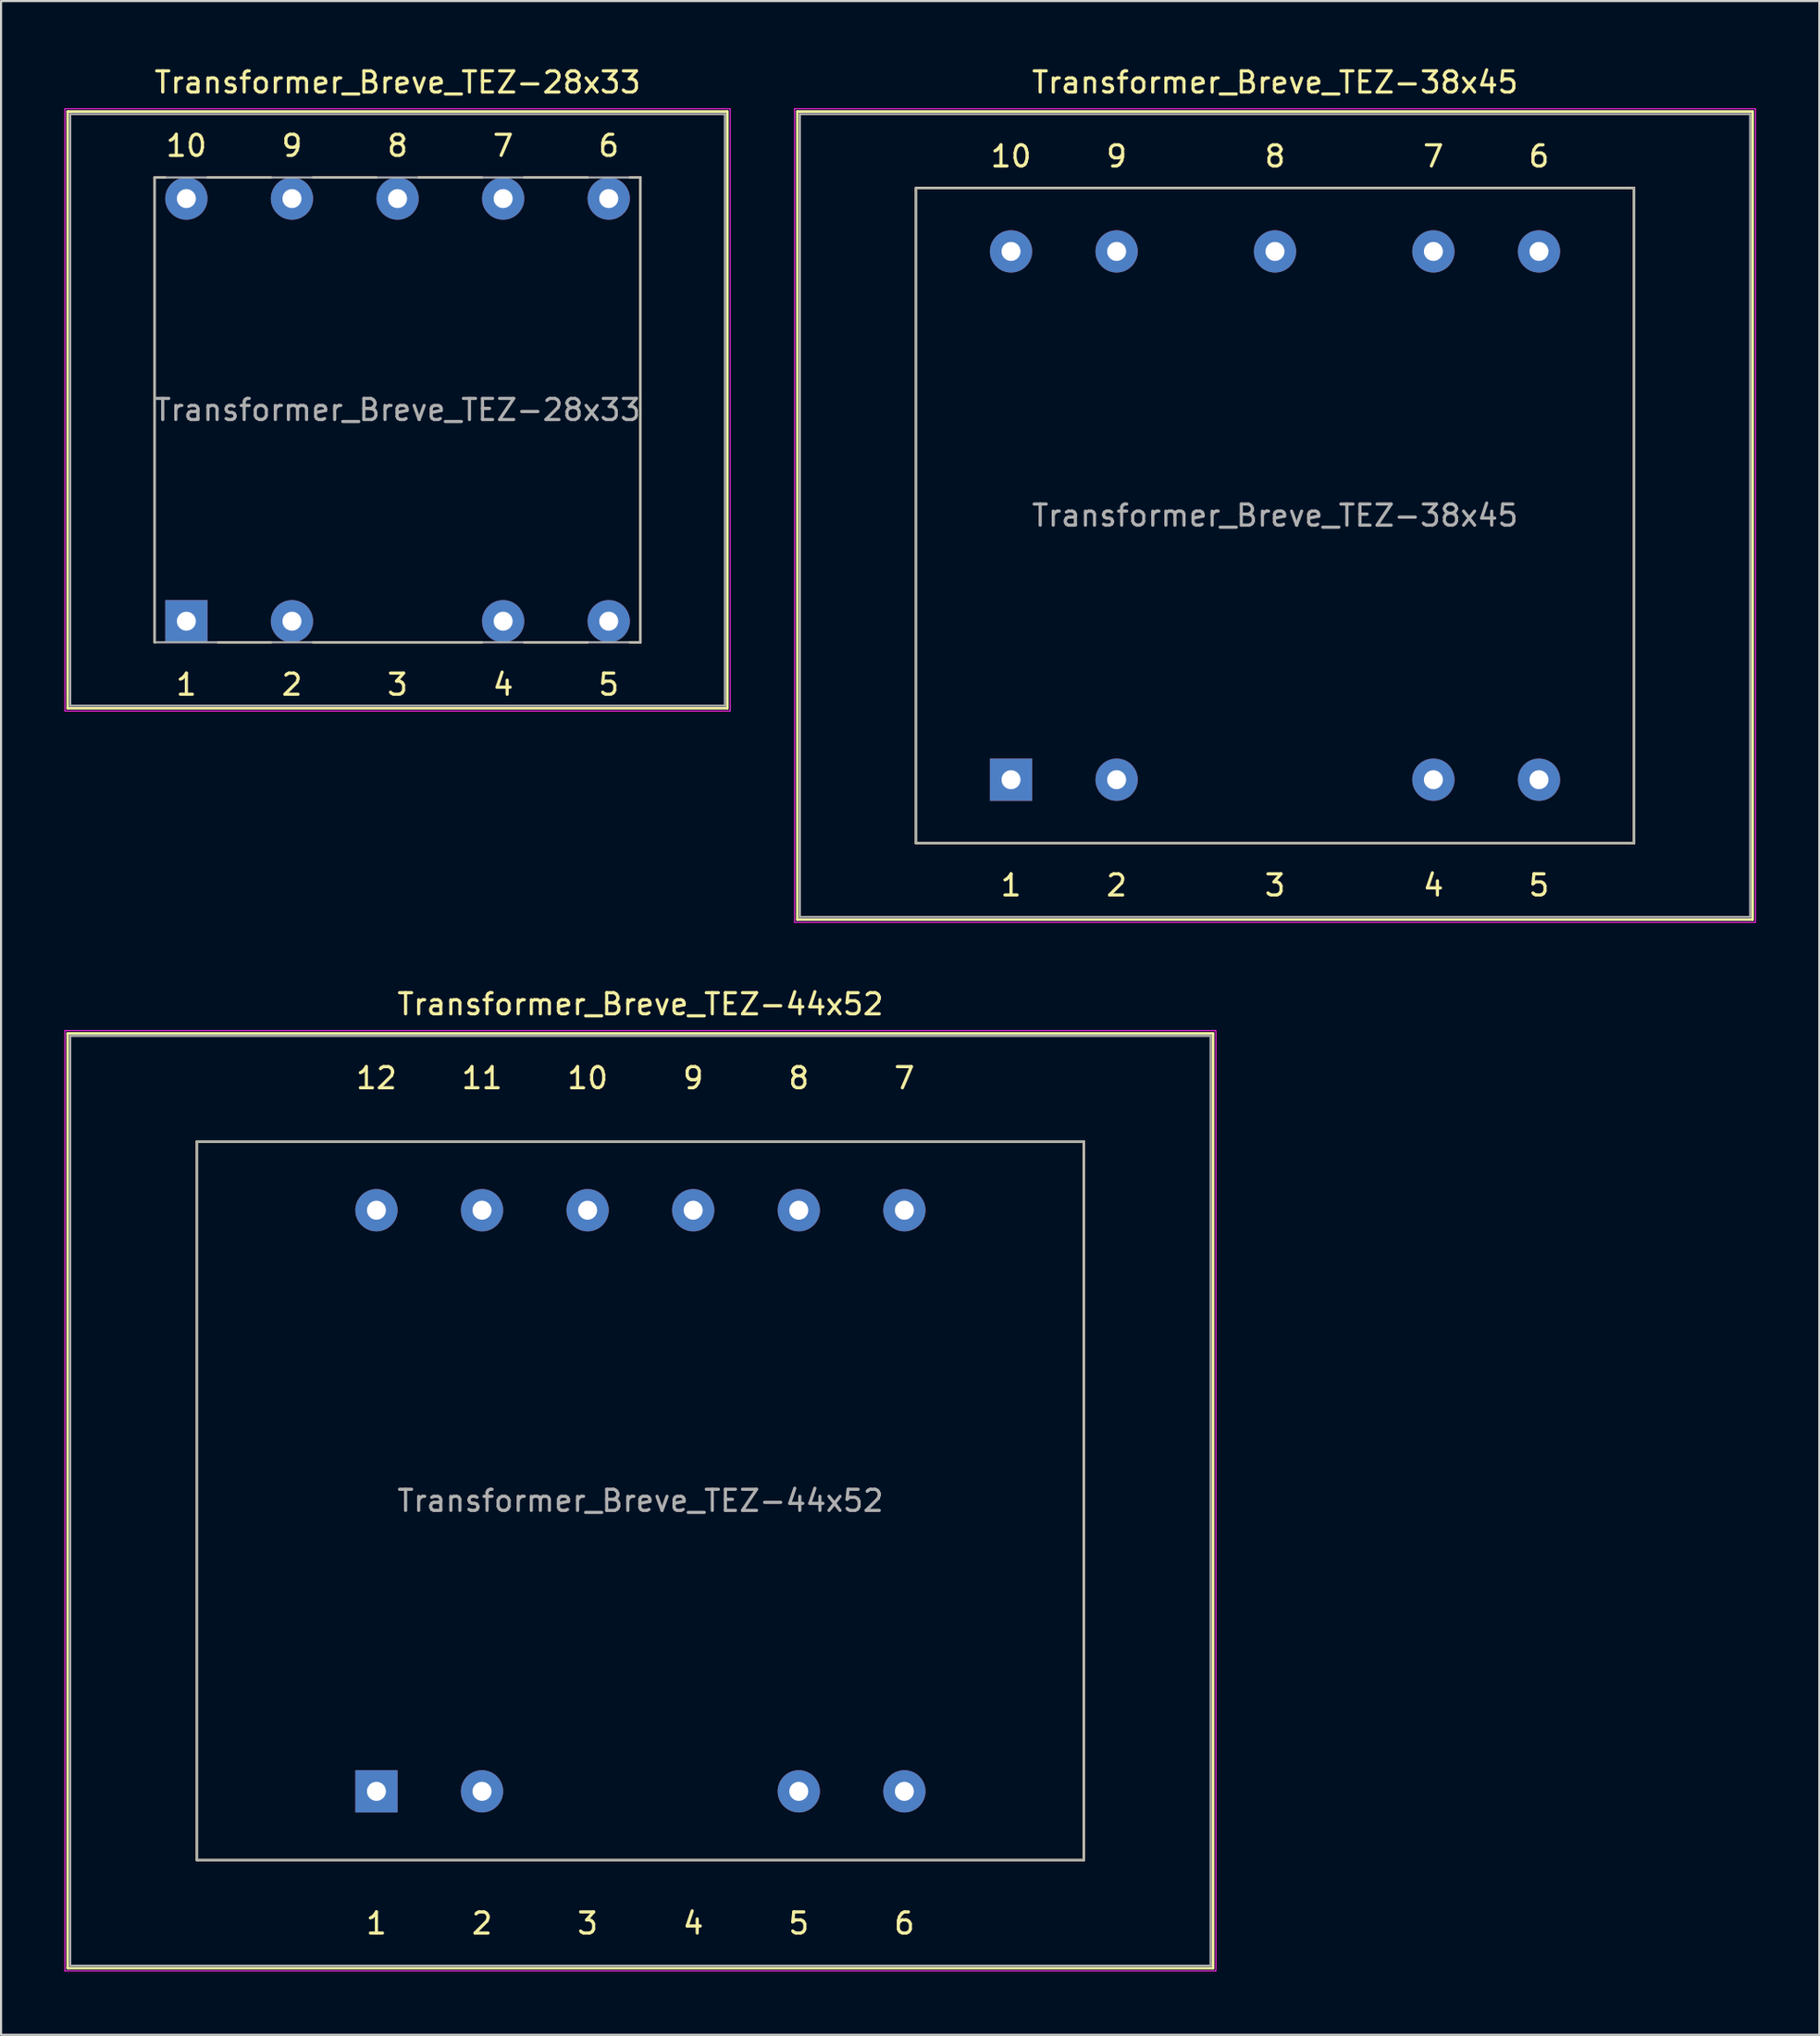
<source format=kicad_pcb>
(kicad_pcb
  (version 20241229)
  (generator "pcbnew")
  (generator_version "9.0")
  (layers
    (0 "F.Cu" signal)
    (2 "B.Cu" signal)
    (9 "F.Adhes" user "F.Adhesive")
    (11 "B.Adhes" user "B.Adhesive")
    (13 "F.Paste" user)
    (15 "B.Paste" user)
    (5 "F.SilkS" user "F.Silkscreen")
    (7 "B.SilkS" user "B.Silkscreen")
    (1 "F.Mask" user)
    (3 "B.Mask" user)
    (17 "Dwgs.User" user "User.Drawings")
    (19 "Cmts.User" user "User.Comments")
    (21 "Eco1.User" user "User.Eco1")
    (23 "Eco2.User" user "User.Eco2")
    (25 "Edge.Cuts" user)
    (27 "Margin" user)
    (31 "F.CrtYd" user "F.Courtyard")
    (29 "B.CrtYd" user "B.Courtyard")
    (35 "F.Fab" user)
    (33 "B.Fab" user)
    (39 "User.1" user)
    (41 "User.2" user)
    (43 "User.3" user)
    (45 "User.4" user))
  (footprint "Transformer_Breve_TEZ-28x33"
    (layer "F.Cu")
    (at 5.775 26.348)
    (property "Reference" "Transformer_Breve_TEZ-28x33" (at 10 -25.5 0) (layer "F.SilkS") (effects (font (size 1 1) (thickness 0.15))))
    (attr through_hole)
    (fp_line (start -5.62 -24.12) (end -5.62 4.12) (stroke (width 0.12) (type solid)) (layer "F.SilkS"))
    (fp_line (start -5.62 -24.12) (end 25.62 -24.12) (stroke (width 0.12) (type solid)) (layer "F.SilkS"))
    (fp_line (start -1.5 -21) (end -1.5 1) (stroke (width 0.12) (type solid)) (layer "F.SilkS"))
    (fp_line (start -1 -21) (end -1.5 -21) (stroke (width 0.12) (type solid)) (layer "F.SilkS"))
    (fp_line (start 1.5 1) (end 4 1) (stroke (width 0.12) (type solid)) (layer "F.SilkS"))
    (fp_line (start 4 -21) (end 1 -21) (stroke (width 0.12) (type solid)) (layer "F.SilkS"))
    (fp_line (start 6 1) (end 14 1) (stroke (width 0.12) (type solid)) (layer "F.SilkS"))
    (fp_line (start 9 -21) (end 6 -21) (stroke (width 0.12) (type solid)) (layer "F.SilkS"))
    (fp_line (start 14 -21) (end 11 -21) (stroke (width 0.12) (type solid)) (layer "F.SilkS"))
    (fp_line (start 16 1) (end 19 1) (stroke (width 0.12) (type solid)) (layer "F.SilkS"))
    (fp_line (start 19 -21) (end 16 -21) (stroke (width 0.12) (type solid)) (layer "F.SilkS"))
    (fp_line (start 21 1) (end 21.5 1) (stroke (width 0.12) (type solid)) (layer "F.SilkS"))
    (fp_line (start 21.5 -21) (end 21 -21) (stroke (width 0.12) (type solid)) (layer "F.SilkS"))
    (fp_line (start 21.5 1) (end 21.5 -21) (stroke (width 0.12) (type solid)) (layer "F.SilkS"))
    (fp_line (start 25.62 4.12) (end -5.62 4.12) (stroke (width 0.12) (type solid)) (layer "F.SilkS"))
    (fp_line (start 25.62 4.12) (end 25.62 -24.12) (stroke (width 0.12) (type solid)) (layer "F.SilkS"))
    (fp_line (start -5.75 -24.25) (end -5.75 4.25) (stroke (width 0.05) (type solid)) (layer "F.CrtYd"))
    (fp_line (start -5.75 -24.25) (end 25.75 -24.25) (stroke (width 0.05) (type solid)) (layer "F.CrtYd"))
    (fp_line (start 25.75 4.25) (end -5.75 4.25) (stroke (width 0.05) (type solid)) (layer "F.CrtYd"))
    (fp_line (start 25.75 4.25) (end 25.75 -24.25) (stroke (width 0.05) (type solid)) (layer "F.CrtYd"))
    (fp_line (start -5.5 -24) (end 25.5 -24) (stroke (width 0.1) (type solid)) (layer "F.Fab"))
    (fp_line (start -5.5 4) (end -5.5 -24) (stroke (width 0.1) (type solid)) (layer "F.Fab"))
    (fp_line (start -1.5 -21) (end -1.5 1) (stroke (width 0.1) (type solid)) (layer "F.Fab"))
    (fp_line (start -1.5 1) (end 21.5 1) (stroke (width 0.1) (type solid)) (layer "F.Fab"))
    (fp_line (start 21.5 -21) (end -1.5 -21) (stroke (width 0.1) (type solid)) (layer "F.Fab"))
    (fp_line (start 21.5 1) (end 21.5 -21) (stroke (width 0.1) (type solid)) (layer "F.Fab"))
    (fp_line (start 25.5 -24) (end 25.5 4) (stroke (width 0.1) (type solid)) (layer "F.Fab"))
    (fp_line (start 25.5 4) (end -5.5 4) (stroke (width 0.1) (type solid)) (layer "F.Fab"))
    (fp_text user "6" (at 20 -22.5 0) (layer "F.SilkS") (effects (font (size 1 1) (thickness 0.15))))
    (fp_text user "5" (at 20 3 0) (layer "F.SilkS") (effects (font (size 1 1) (thickness 0.15))))
    (fp_text user "1" (at 0 3 0) (layer "F.SilkS") (effects (font (size 1 1) (thickness 0.15))))
    (fp_text user "2" (at 5 3 0) (layer "F.SilkS") (effects (font (size 1 1) (thickness 0.15))))
    (fp_text user "10" (at 0 -22.5 0) (layer "F.SilkS") (effects (font (size 1 1) (thickness 0.15))))
    (fp_text user "9" (at 5 -22.5 0) (layer "F.SilkS") (effects (font (size 1 1) (thickness 0.15))))
    (fp_text user "3" (at 10 3 0) (layer "F.SilkS") (effects (font (size 1 1) (thickness 0.15))))
    (fp_text user "4" (at 15 3 0) (layer "F.SilkS") (effects (font (size 1 1) (thickness 0.15))))
    (fp_text user "8" (at 10 -22.5 0) (layer "F.SilkS") (effects (font (size 1 1) (thickness 0.15))))
    (fp_text user "7" (at 15 -22.5 0) (layer "F.SilkS") (effects (font (size 1 1) (thickness 0.15))))
    (fp_text user "${REFERENCE}" (at 10 -10 0) (layer "F.Fab") (effects (font (size 1 1) (thickness 0.15))))
    (pad "1" thru_hole rect (at 0 0) (size 2 2) (drill 0.9) (layers "*.Cu" "*.Mask"))
    (pad "2" thru_hole circle (at 5 0) (size 2 2) (drill 0.9) (layers "*.Cu" "*.Mask"))
    (pad "4" thru_hole circle (at 15 0) (size 2 2) (drill 0.9) (layers "*.Cu" "*.Mask"))
    (pad "5" thru_hole circle (at 20 0) (size 2 2) (drill 0.9) (layers "*.Cu" "*.Mask"))
    (pad "6" thru_hole circle (at 20 -20) (size 2 2) (drill 0.9) (layers "*.Cu" "*.Mask"))
    (pad "7" thru_hole circle (at 15 -20) (size 2 2) (drill 0.9) (layers "*.Cu" "*.Mask"))
    (pad "8" thru_hole circle (at 10 -20) (size 2 2) (drill 0.9) (layers "*.Cu" "*.Mask"))
    (pad "9" thru_hole circle (at 5 -20) (size 2 2) (drill 0.9) (layers "*.Cu" "*.Mask"))
    (pad "10" thru_hole circle (at 0 -20) (size 2 2) (drill 0.9) (layers "*.Cu" "*.Mask")))
  (footprint "Transformer_Breve_TEZ-44x52"
    (layer "F.Cu")
    (at 14.775 81.722)
    (property "Reference" "Transformer_Breve_TEZ-44x52" (at 12.5 -37.25 0) (layer "F.SilkS") (effects (font (size 1 1) (thickness 0.15))))
    (attr through_hole)
    (fp_line (start -14.62 -35.87) (end -14.62 8.37) (stroke (width 0.12) (type solid)) (layer "F.SilkS"))
    (fp_line (start -14.62 -35.87) (end 39.62 -35.87) (stroke (width 0.12) (type solid)) (layer "F.SilkS"))
    (fp_line (start -8.5 -30.75) (end 33.5 -30.75) (stroke (width 0.12) (type solid)) (layer "F.SilkS"))
    (fp_line (start -8.5 3.25) (end -8.5 -30.75) (stroke (width 0.12) (type solid)) (layer "F.SilkS"))
    (fp_line (start 33.5 -30.75) (end 33.5 3.25) (stroke (width 0.12) (type solid)) (layer "F.SilkS"))
    (fp_line (start 33.5 3.25) (end -8.5 3.25) (stroke (width 0.12) (type solid)) (layer "F.SilkS"))
    (fp_line (start 39.62 8.37) (end -14.62 8.37) (stroke (width 0.12) (type solid)) (layer "F.SilkS"))
    (fp_line (start 39.62 8.37) (end 39.62 -35.87) (stroke (width 0.12) (type solid)) (layer "F.SilkS"))
    (fp_line (start -14.75 -36) (end -14.75 8.5) (stroke (width 0.05) (type solid)) (layer "F.CrtYd"))
    (fp_line (start -14.75 -36) (end 39.75 -36) (stroke (width 0.05) (type solid)) (layer "F.CrtYd"))
    (fp_line (start 39.75 8.5) (end -14.75 8.5) (stroke (width 0.05) (type solid)) (layer "F.CrtYd"))
    (fp_line (start 39.75 8.5) (end 39.75 -36) (stroke (width 0.05) (type solid)) (layer "F.CrtYd"))
    (fp_line (start -14.5 -35.75) (end 39.5 -35.75) (stroke (width 0.1) (type solid)) (layer "F.Fab"))
    (fp_line (start -14.5 8.25) (end -14.5 -35.75) (stroke (width 0.1) (type solid)) (layer "F.Fab"))
    (fp_line (start -8.5 -30.75) (end 33.5 -30.75) (stroke (width 0.1) (type solid)) (layer "F.Fab"))
    (fp_line (start -8.5 3.25) (end -8.5 -30.75) (stroke (width 0.1) (type solid)) (layer "F.Fab"))
    (fp_line (start 33.5 -30.75) (end 33.5 3.25) (stroke (width 0.1) (type solid)) (layer "F.Fab"))
    (fp_line (start 33.5 3.25) (end -8.5 3.25) (stroke (width 0.1) (type solid)) (layer "F.Fab"))
    (fp_line (start 39.5 -35.75) (end 39.5 8.25) (stroke (width 0.1) (type solid)) (layer "F.Fab"))
    (fp_line (start 39.5 8.25) (end -14.5 8.25) (stroke (width 0.1) (type solid)) (layer "F.Fab"))
    (fp_text user "7" (at 25 -33.75 0) (layer "F.SilkS") (effects (font (size 1 1) (thickness 0.15))))
    (fp_text user "4" (at 15 6.25 0) (layer "F.SilkS") (effects (font (size 1 1) (thickness 0.15))))
    (fp_text user "1" (at 0 6.25 0) (layer "F.SilkS") (effects (font (size 1 1) (thickness 0.15))))
    (fp_text user "12" (at 0 -33.75 0) (layer "F.SilkS") (effects (font (size 1 1) (thickness 0.15))))
    (fp_text user "9" (at 15 -33.75 0) (layer "F.SilkS") (effects (font (size 1 1) (thickness 0.15))))
    (fp_text user "3" (at 10 6.25 0) (layer "F.SilkS") (effects (font (size 1 1) (thickness 0.15))))
    (fp_text user "2" (at 5 6.25 0) (layer "F.SilkS") (effects (font (size 1 1) (thickness 0.15))))
    (fp_text user "11" (at 5 -33.75 0) (layer "F.SilkS") (effects (font (size 1 1) (thickness 0.15))))
    (fp_text user "10" (at 10 -33.75 0) (layer "F.SilkS") (effects (font (size 1 1) (thickness 0.15))))
    (fp_text user "8" (at 20 -33.75 0) (layer "F.SilkS") (effects (font (size 1 1) (thickness 0.15))))
    (fp_text user "5" (at 20 6.25 0) (layer "F.SilkS") (effects (font (size 1 1) (thickness 0.15))))
    (fp_text user "6" (at 25 6.25 0) (layer "F.SilkS") (effects (font (size 1 1) (thickness 0.15))))
    (fp_text user "${REFERENCE}" (at 12.5 -13.75 0) (layer "F.Fab") (effects (font (size 1 1) (thickness 0.15))))
    (pad "1" thru_hole rect (at 0 0) (size 2 2) (drill 0.9) (layers "*.Cu" "*.Mask"))
    (pad "2" thru_hole circle (at 5 0) (size 2 2) (drill 0.9) (layers "*.Cu" "*.Mask"))
    (pad "5" thru_hole circle (at 20 0) (size 2 2) (drill 0.9) (layers "*.Cu" "*.Mask"))
    (pad "6" thru_hole circle (at 25 0) (size 2 2) (drill 0.9) (layers "*.Cu" "*.Mask"))
    (pad "7" thru_hole circle (at 25 -27.5) (size 2 2) (drill 0.9) (layers "*.Cu" "*.Mask"))
    (pad "8" thru_hole circle (at 20 -27.5) (size 2 2) (drill 0.9) (layers "*.Cu" "*.Mask"))
    (pad "9" thru_hole circle (at 15 -27.5) (size 2 2) (drill 0.9) (layers "*.Cu" "*.Mask"))
    (pad "10" thru_hole circle (at 10 -27.5) (size 2 2) (drill 0.9) (layers "*.Cu" "*.Mask"))
    (pad "11" thru_hole circle (at 5 -27.5) (size 2 2) (drill 0.9) (layers "*.Cu" "*.Mask"))
    (pad "12" thru_hole circle (at 0 -27.5) (size 2 2) (drill 0.9) (layers "*.Cu" "*.Mask")))
  (footprint "Transformer_Breve_TEZ-38x45"
    (layer "F.Cu")
    (at 44.825 33.848)
    (property "Reference" "Transformer_Breve_TEZ-38x45" (at 12.5 -33 0) (layer "F.SilkS") (effects (font (size 1 1) (thickness 0.15))))
    (attr through_hole)
    (fp_line (start -10.12 -31.62) (end -10.12 6.62) (stroke (width 0.12) (type solid)) (layer "F.SilkS"))
    (fp_line (start -10.12 -31.62) (end 35.12 -31.62) (stroke (width 0.12) (type solid)) (layer "F.SilkS"))
    (fp_line (start -4.5 -28) (end 29.5 -28) (stroke (width 0.12) (type solid)) (layer "F.SilkS"))
    (fp_line (start -4.5 3) (end -4.5 -28) (stroke (width 0.12) (type solid)) (layer "F.SilkS"))
    (fp_line (start 29.5 -28) (end 29.5 3) (stroke (width 0.12) (type solid)) (layer "F.SilkS"))
    (fp_line (start 29.5 3) (end -4.5 3) (stroke (width 0.12) (type solid)) (layer "F.SilkS"))
    (fp_line (start 35.12 6.62) (end -10.12 6.62) (stroke (width 0.12) (type solid)) (layer "F.SilkS"))
    (fp_line (start 35.12 6.62) (end 35.12 -31.62) (stroke (width 0.12) (type solid)) (layer "F.SilkS"))
    (fp_line (start -10.25 -31.75) (end -10.25 6.75) (stroke (width 0.05) (type solid)) (layer "F.CrtYd"))
    (fp_line (start -10.25 -31.75) (end 35.25 -31.75) (stroke (width 0.05) (type solid)) (layer "F.CrtYd"))
    (fp_line (start 35.25 6.75) (end -10.25 6.75) (stroke (width 0.05) (type solid)) (layer "F.CrtYd"))
    (fp_line (start 35.25 6.75) (end 35.25 -31.75) (stroke (width 0.05) (type solid)) (layer "F.CrtYd"))
    (fp_line (start -10 -31.5) (end 35 -31.5) (stroke (width 0.1) (type solid)) (layer "F.Fab"))
    (fp_line (start -10 6.5) (end -10 -31.5) (stroke (width 0.1) (type solid)) (layer "F.Fab"))
    (fp_line (start -4.5 -28) (end 29.5 -28) (stroke (width 0.1) (type solid)) (layer "F.Fab"))
    (fp_line (start -4.5 3) (end -4.5 -28) (stroke (width 0.1) (type solid)) (layer "F.Fab"))
    (fp_line (start 29.5 -28) (end 29.5 3) (stroke (width 0.1) (type solid)) (layer "F.Fab"))
    (fp_line (start 29.5 3) (end -4.5 3) (stroke (width 0.1) (type solid)) (layer "F.Fab"))
    (fp_line (start 35 -31.5) (end 35 6.5) (stroke (width 0.1) (type solid)) (layer "F.Fab"))
    (fp_line (start 35 6.5) (end -10 6.5) (stroke (width 0.1) (type solid)) (layer "F.Fab"))
    (fp_text user "2" (at 5 5 0) (layer "F.SilkS") (effects (font (size 1 1) (thickness 0.15))))
    (fp_text user "10" (at 0 -29.5 0) (layer "F.SilkS") (effects (font (size 1 1) (thickness 0.15))))
    (fp_text user "9" (at 5 -29.5 0) (layer "F.SilkS") (effects (font (size 1 1) (thickness 0.15))))
    (fp_text user "5" (at 25 5 0) (layer "F.SilkS") (effects (font (size 1 1) (thickness 0.15))))
    (fp_text user "8" (at 12.5 -29.5 0) (layer "F.SilkS") (effects (font (size 1 1) (thickness 0.15))))
    (fp_text user "6" (at 25 -29.5 0) (layer "F.SilkS") (effects (font (size 1 1) (thickness 0.15))))
    (fp_text user "4" (at 20 5 0) (layer "F.SilkS") (effects (font (size 1 1) (thickness 0.15))))
    (fp_text user "7" (at 20 -29.5 0) (layer "F.SilkS") (effects (font (size 1 1) (thickness 0.15))))
    (fp_text user "1" (at 0 5 0) (layer "F.SilkS") (effects (font (size 1 1) (thickness 0.15))))
    (fp_text user "3" (at 12.5 5 0) (layer "F.SilkS") (effects (font (size 1 1) (thickness 0.15))))
    (fp_text user "${REFERENCE}" (at 12.5 -12.5 0) (layer "F.Fab") (effects (font (size 1 1) (thickness 0.15))))
    (pad "1" thru_hole rect (at 0 0) (size 2 2) (drill 0.9) (layers "*.Cu" "*.Mask"))
    (pad "2" thru_hole circle (at 5 0) (size 2 2) (drill 0.9) (layers "*.Cu" "*.Mask"))
    (pad "4" thru_hole circle (at 20 0) (size 2 2) (drill 0.9) (layers "*.Cu" "*.Mask"))
    (pad "5" thru_hole circle (at 25 0) (size 2 2) (drill 0.9) (layers "*.Cu" "*.Mask"))
    (pad "6" thru_hole circle (at 25 -25) (size 2 2) (drill 0.9) (layers "*.Cu" "*.Mask"))
    (pad "7" thru_hole circle (at 20 -25) (size 2 2) (drill 0.9) (layers "*.Cu" "*.Mask"))
    (pad "8" thru_hole circle (at 12.5 -25) (size 2 2) (drill 0.9) (layers "*.Cu" "*.Mask"))
    (pad "9" thru_hole circle (at 5 -25) (size 2 2) (drill 0.9) (layers "*.Cu" "*.Mask"))
    (pad "10" thru_hole circle (at 0 -25) (size 2 2) (drill 0.9) (layers "*.Cu" "*.Mask")))
  (gr_rect
    (start -3 -3)
    (end 83.1 93.246)
    (stroke (width 0.1) (type default))
    (fill no)
    (layer "Edge.Cuts")))
</source>
